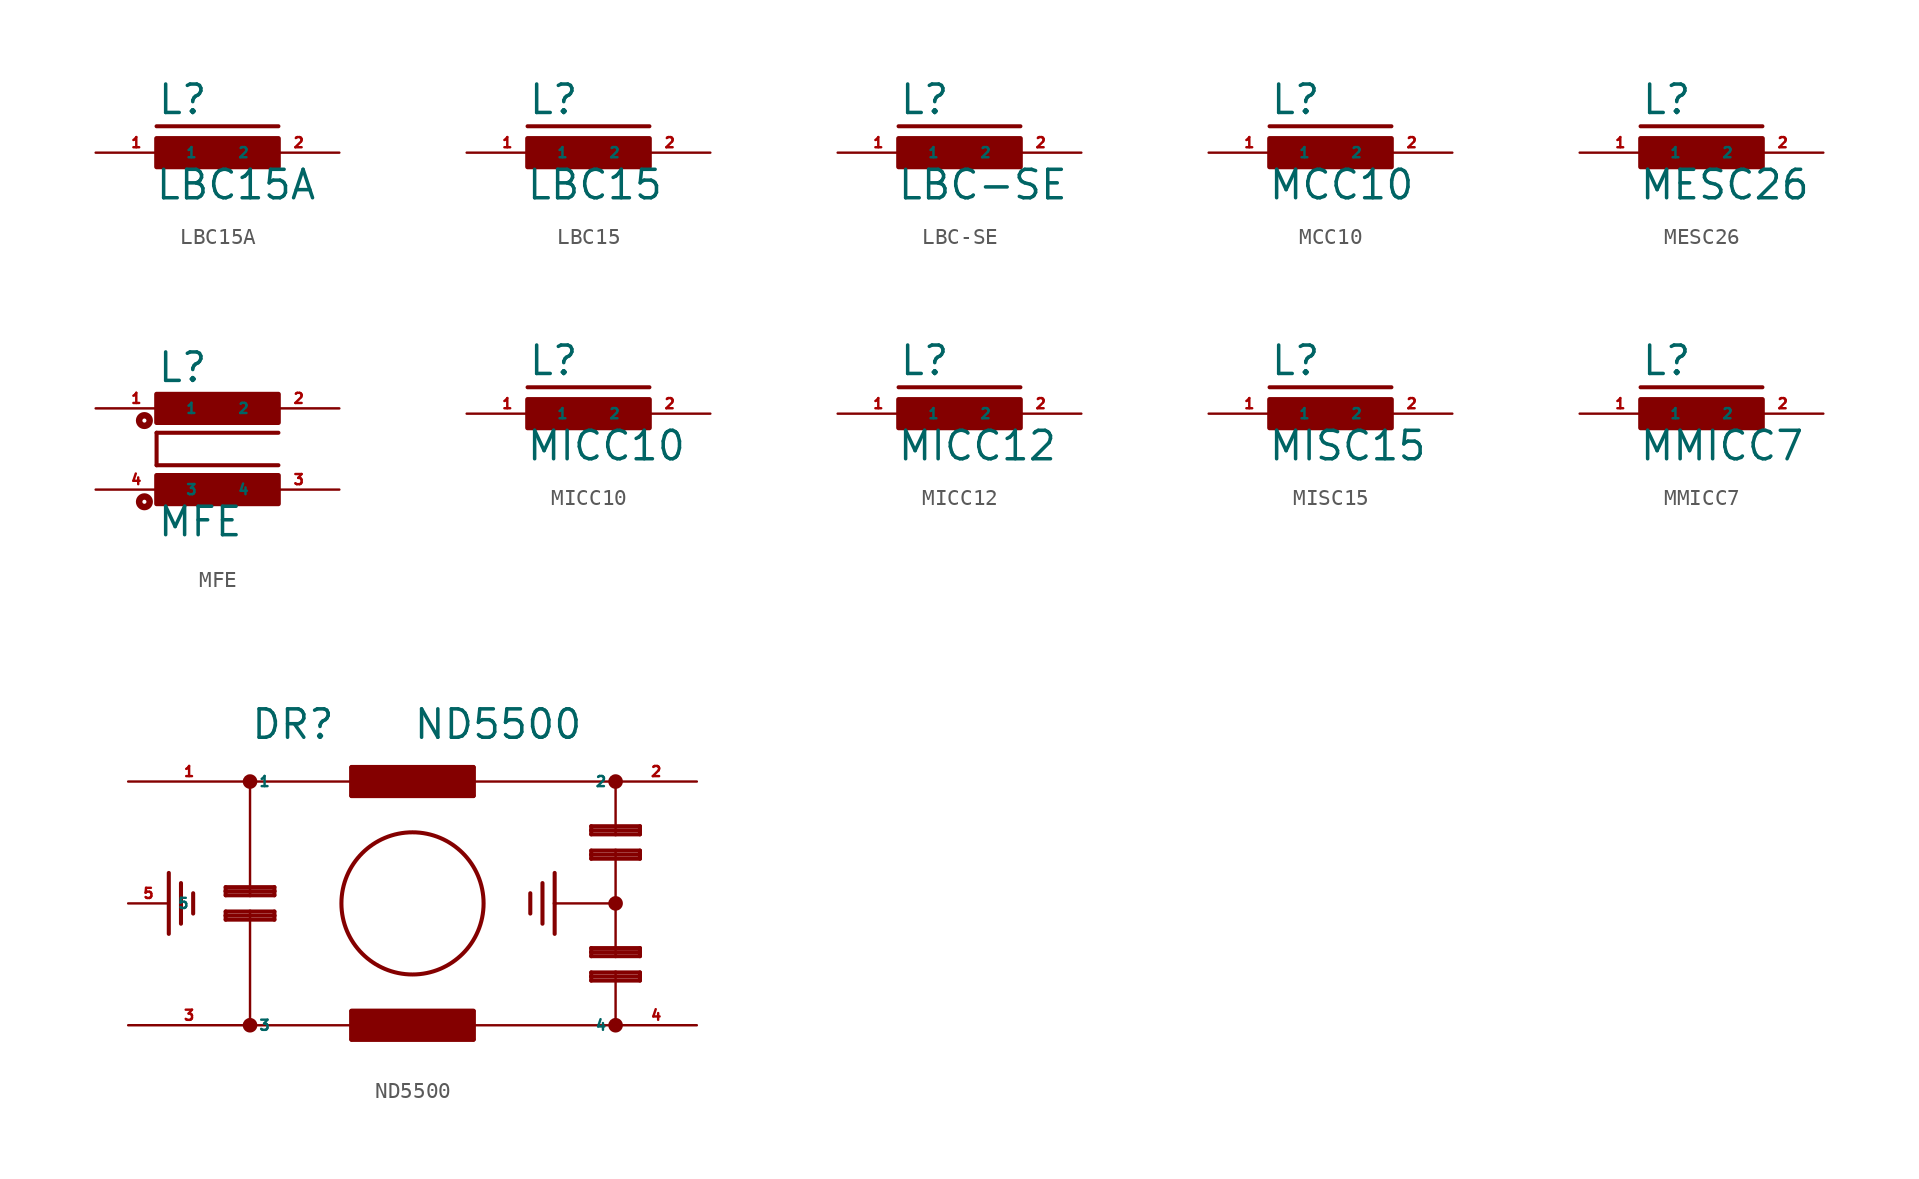
<source format=kicad_sym>
(kicad_symbol_lib
  (version 20220914)
  (generator kicad_symbol_editor)
  (symbol "LBC15A"
    (property "Reference" "L"
      (at -3.81 2.286 0)
      (effects (font (size 1.778 1.778) (thickness 0.22)) (justify left bottom)))
    (property "Value" "LBC15A"
      (at -3.937 -3.048 0)
      (effects (font (size 1.778 1.778) (thickness 0.22)) (justify left bottom)))
    (symbol "LBC15A_1_1"
      (rectangle (start -3.81 -0.889) (end 3.81 0.889) (stroke (width 0.3) (type default)) (fill (type outline)))
      (polyline (pts (xy -3.81 1.651) (xy 3.81 1.651)) (stroke (width 0.254) (type default)) (fill (type none)))
      (pin passive line (at -7.62 0 0) (length 5.08) (name "1" (effects (font (size 0.635 0.635)))) (number "1" (effects (font (size 0.635 0.635)))))
      (pin passive line (at 7.62 0 180) (length 5.08) (name "2" (effects (font (size 0.635 0.635)))) (number "2" (effects (font (size 0.635 0.635)))))))
  (symbol "LBC15"
    (property "Reference" "L"
      (at -3.81 2.286 0)
      (effects (font (size 1.778 1.778) (thickness 0.22)) (justify left bottom)))
    (property "Value" "LBC15"
      (at -3.937 -3.048 0)
      (effects (font (size 1.778 1.778) (thickness 0.22)) (justify left bottom)))
    (symbol "LBC15_1_1"
      (rectangle (start -3.81 -0.889) (end 3.81 0.889) (stroke (width 0.3) (type default)) (fill (type outline)))
      (polyline (pts (xy -3.81 1.651) (xy 3.81 1.651)) (stroke (width 0.254) (type default)) (fill (type none)))
      (pin passive line (at -7.62 0 0) (length 5.08) (name "1" (effects (font (size 0.635 0.635)))) (number "1" (effects (font (size 0.635 0.635)))))
      (pin passive line (at 7.62 0 180) (length 5.08) (name "2" (effects (font (size 0.635 0.635)))) (number "2" (effects (font (size 0.635 0.635)))))))
  (symbol "LBC-SE"
    (property "Reference" "L"
      (at -3.81 2.286 0)
      (effects (font (size 1.778 1.778) (thickness 0.22)) (justify left bottom)))
    (property "Value" "LBC-SE"
      (at -3.937 -3.048 0)
      (effects (font (size 1.778 1.778) (thickness 0.22)) (justify left bottom)))
    (symbol "LBC-SE_1_1"
      (rectangle (start -3.81 -0.889) (end 3.81 0.889) (stroke (width 0.3) (type default)) (fill (type outline)))
      (polyline (pts (xy -3.81 1.651) (xy 3.81 1.651)) (stroke (width 0.254) (type default)) (fill (type none)))
      (pin passive line (at -7.62 0 0) (length 5.08) (name "1" (effects (font (size 0.635 0.635)))) (number "1" (effects (font (size 0.635 0.635)))))
      (pin passive line (at 7.62 0 180) (length 5.08) (name "2" (effects (font (size 0.635 0.635)))) (number "2" (effects (font (size 0.635 0.635)))))))
  (symbol "MCC10"
    (property "Reference" "L"
      (at -3.81 2.286 0)
      (effects (font (size 1.778 1.778) (thickness 0.22)) (justify left bottom)))
    (property "Value" "MCC10"
      (at -3.937 -3.048 0)
      (effects (font (size 1.778 1.778) (thickness 0.22)) (justify left bottom)))
    (symbol "MCC10_1_1"
      (rectangle (start -3.81 -0.889) (end 3.81 0.889) (stroke (width 0.3) (type default)) (fill (type outline)))
      (polyline (pts (xy -3.81 1.651) (xy 3.81 1.651)) (stroke (width 0.254) (type default)) (fill (type none)))
      (pin passive line (at -7.62 0 0) (length 5.08) (name "1" (effects (font (size 0.635 0.635)))) (number "1" (effects (font (size 0.635 0.635)))))
      (pin passive line (at 7.62 0 180) (length 5.08) (name "2" (effects (font (size 0.635 0.635)))) (number "2" (effects (font (size 0.635 0.635)))))))
  (symbol "MESC26"
    (property "Reference" "L"
      (at -3.81 2.286 0)
      (effects (font (size 1.778 1.778) (thickness 0.22)) (justify left bottom)))
    (property "Value" "MESC26"
      (at -3.937 -3.048 0)
      (effects (font (size 1.778 1.778) (thickness 0.22)) (justify left bottom)))
    (symbol "MESC26_1_1"
      (rectangle (start -3.81 -0.889) (end 3.81 0.889) (stroke (width 0.3) (type default)) (fill (type outline)))
      (polyline (pts (xy -3.81 1.651) (xy 3.81 1.651)) (stroke (width 0.254) (type default)) (fill (type none)))
      (pin passive line (at -7.62 0 0) (length 5.08) (name "1" (effects (font (size 0.635 0.635)))) (number "1" (effects (font (size 0.635 0.635)))))
      (pin passive line (at 7.62 0 180) (length 5.08) (name "2" (effects (font (size 0.635 0.635)))) (number "2" (effects (font (size 0.635 0.635)))))))
  (symbol "MFE"
    (property "Reference" "L"
      (at -3.81 4.064 0)
      (effects (font (size 1.778 1.778) (thickness 0.22)) (justify left bottom)))
    (property "Value" "MFE"
      (at -3.81 -5.588 0)
      (effects (font (size 1.778 1.778) (thickness 0.22)) (justify left bottom)))
    (symbol "MFE_1_1"
      (circle (center -4.572 -3.302) (radius 0.127) (stroke (width 0.406) (type default)) (fill (type none)))
      (circle (center -4.572 1.778) (radius 0.127) (stroke (width 0.406) (type default)) (fill (type none)))
      (rectangle (start -3.81 -3.429) (end 3.81 -1.651) (stroke (width 0.3) (type default)) (fill (type outline)))
      (rectangle (start -3.81 1.651) (end 3.81 3.429) (stroke (width 0.3) (type default)) (fill (type outline)))
      (polyline (pts (xy -3.81 -1.016) (xy -3.81 1.016)) (stroke (width 0.254) (type default)) (fill (type none)))
      (polyline (pts (xy -3.81 -1.016) (xy 3.81 -1.016)) (stroke (width 0.254) (type default)) (fill (type none)))
      (polyline (pts (xy 3.81 1.016) (xy -3.81 1.016)) (stroke (width 0.254) (type default)) (fill (type none)))
      (pin passive line (at -7.62 2.54 0) (length 5.08) (name "1" (effects (font (size 0.635 0.635)))) (number "1" (effects (font (size 0.635 0.635)))))
      (pin passive line (at 7.62 2.54 180) (length 5.08) (name "2" (effects (font (size 0.635 0.635)))) (number "2" (effects (font (size 0.635 0.635)))))
      (pin passive line (at 7.62 -2.54 180) (length 5.08) (name "4" (effects (font (size 0.635 0.635)))) (number "3" (effects (font (size 0.635 0.635)))))
      (pin passive line (at -7.62 -2.54 0) (length 5.08) (name "3" (effects (font (size 0.635 0.635)))) (number "4" (effects (font (size 0.635 0.635)))))))
  (symbol "MICC10"
    (property "Reference" "L"
      (at -3.81 2.286 0)
      (effects (font (size 1.778 1.778) (thickness 0.22)) (justify left bottom)))
    (property "Value" "MICC10"
      (at -3.937 -3.048 0)
      (effects (font (size 1.778 1.778) (thickness 0.22)) (justify left bottom)))
    (symbol "MICC10_1_1"
      (rectangle (start -3.81 -0.889) (end 3.81 0.889) (stroke (width 0.3) (type default)) (fill (type outline)))
      (polyline (pts (xy -3.81 1.651) (xy 3.81 1.651)) (stroke (width 0.254) (type default)) (fill (type none)))
      (pin passive line (at -7.62 0 0) (length 5.08) (name "1" (effects (font (size 0.635 0.635)))) (number "1" (effects (font (size 0.635 0.635)))))
      (pin passive line (at 7.62 0 180) (length 5.08) (name "2" (effects (font (size 0.635 0.635)))) (number "2" (effects (font (size 0.635 0.635)))))))
  (symbol "MICC12"
    (property "Reference" "L"
      (at -3.81 2.286 0)
      (effects (font (size 1.778 1.778) (thickness 0.22)) (justify left bottom)))
    (property "Value" "MICC12"
      (at -3.937 -3.048 0)
      (effects (font (size 1.778 1.778) (thickness 0.22)) (justify left bottom)))
    (symbol "MICC12_1_1"
      (rectangle (start -3.81 -0.889) (end 3.81 0.889) (stroke (width 0.3) (type default)) (fill (type outline)))
      (polyline (pts (xy -3.81 1.651) (xy 3.81 1.651)) (stroke (width 0.254) (type default)) (fill (type none)))
      (pin passive line (at -7.62 0 0) (length 5.08) (name "1" (effects (font (size 0.635 0.635)))) (number "1" (effects (font (size 0.635 0.635)))))
      (pin passive line (at 7.62 0 180) (length 5.08) (name "2" (effects (font (size 0.635 0.635)))) (number "2" (effects (font (size 0.635 0.635)))))))
  (symbol "MISC15"
    (property "Reference" "L"
      (at -3.81 2.286 0)
      (effects (font (size 1.778 1.778) (thickness 0.22)) (justify left bottom)))
    (property "Value" "MISC15"
      (at -3.937 -3.048 0)
      (effects (font (size 1.778 1.778) (thickness 0.22)) (justify left bottom)))
    (symbol "MISC15_1_1"
      (rectangle (start -3.81 -0.889) (end 3.81 0.889) (stroke (width 0.3) (type default)) (fill (type outline)))
      (polyline (pts (xy -3.81 1.651) (xy 3.81 1.651)) (stroke (width 0.254) (type default)) (fill (type none)))
      (pin passive line (at -7.62 0 0) (length 5.08) (name "1" (effects (font (size 0.635 0.635)))) (number "1" (effects (font (size 0.635 0.635)))))
      (pin passive line (at 7.62 0 180) (length 5.08) (name "2" (effects (font (size 0.635 0.635)))) (number "2" (effects (font (size 0.635 0.635)))))))
  (symbol "MMICC7"
    (property "Reference" "L"
      (at -3.81 2.286 0)
      (effects (font (size 1.778 1.778) (thickness 0.22)) (justify left bottom)))
    (property "Value" "MMICC7"
      (at -3.937 -3.048 0)
      (effects (font (size 1.778 1.778) (thickness 0.22)) (justify left bottom)))
    (symbol "MMICC7_1_1"
      (rectangle (start -3.81 -0.889) (end 3.81 0.889) (stroke (width 0.3) (type default)) (fill (type outline)))
      (polyline (pts (xy -3.81 1.651) (xy 3.81 1.651)) (stroke (width 0.254) (type default)) (fill (type none)))
      (pin passive line (at -7.62 0 0) (length 5.08) (name "1" (effects (font (size 0.635 0.635)))) (number "1" (effects (font (size 0.635 0.635)))))
      (pin passive line (at 7.62 0 180) (length 5.08) (name "2" (effects (font (size 0.635 0.635)))) (number "2" (effects (font (size 0.635 0.635)))))))
  (symbol "ND5500"
    (property "Reference" "DR"
      (at -7.62 10.16 0)
      (effects (font (size 1.778 1.778) (thickness 0.22)) (justify left bottom)))
    (property "Value" "ND5500"
      (at 2.54 10.16 0)
      (effects (font (size 1.778 1.778) (thickness 0.22)) (justify left bottom)))
    (symbol "ND5500_1_1"
      (circle (center -7.62 -7.62) (radius 0.254) (stroke (width 0.406) (type default)) (fill (type none)))
      (circle (center -7.62 7.62) (radius 0.254) (stroke (width 0.406) (type default)) (fill (type none)))
      (rectangle (start -1.27 -8.509) (end 6.35 -6.731) (stroke (width 0.3) (type default)) (fill (type outline)))
      (rectangle (start -1.27 6.731) (end 6.35 8.509) (stroke (width 0.3) (type default)) (fill (type outline)))
      (polyline (pts (xy -12.7 -1.905) (xy -12.7 1.905)) (stroke (width 0.254) (type default)) (fill (type none)))
      (polyline (pts (xy -11.938 -1.27) (xy -11.938 1.27)) (stroke (width 0.254) (type default)) (fill (type none)))
      (polyline (pts (xy -11.176 -0.635) (xy -11.176 0.635)) (stroke (width 0.254) (type default)) (fill (type none)))
      (polyline (pts (xy -9.144 -1.016) (xy -6.096 -1.016)) (stroke (width 0.254) (type default)) (fill (type none)))
      (polyline (pts (xy -9.144 -0.762) (xy -9.144 -1.016)) (stroke (width 0.254) (type default)) (fill (type none)))
      (polyline (pts (xy -9.144 -0.508) (xy -9.144 -0.762)) (stroke (width 0.254) (type default)) (fill (type none)))
      (polyline (pts (xy -9.144 -0.508) (xy -7.62 -0.508)) (stroke (width 0.254) (type default)) (fill (type none)))
      (polyline (pts (xy -9.144 0.508) (xy -7.62 0.508)) (stroke (width 0.254) (type default)) (fill (type none)))
      (polyline (pts (xy -9.144 0.762) (xy -9.144 0.508)) (stroke (width 0.254) (type default)) (fill (type none)))
      (polyline (pts (xy -9.144 0.762) (xy -6.096 0.762)) (stroke (width 0.254) (type default)) (fill (type none)))
      (polyline (pts (xy -9.144 1.016) (xy -9.144 0.762)) (stroke (width 0.254) (type default)) (fill (type none)))
      (polyline (pts (xy -7.62 -7.62) (xy -1.27 -7.62)) (stroke (width 0.152) (type default)) (fill (type none)))
      (polyline (pts (xy -7.62 -0.508) (xy -7.62 -7.62)) (stroke (width 0.152) (type default)) (fill (type none)))
      (polyline (pts (xy -7.62 -0.508) (xy -6.096 -0.508)) (stroke (width 0.254) (type default)) (fill (type none)))
      (polyline (pts (xy -7.62 0.508) (xy -7.62 7.62)) (stroke (width 0.152) (type default)) (fill (type none)))
      (polyline (pts (xy -7.62 0.508) (xy -6.096 0.508)) (stroke (width 0.254) (type default)) (fill (type none)))
      (polyline (pts (xy -7.62 7.62) (xy -1.27 7.62)) (stroke (width 0.152) (type default)) (fill (type none)))
      (polyline (pts (xy -6.096 -1.016) (xy -6.096 -0.762)) (stroke (width 0.254) (type default)) (fill (type none)))
      (polyline (pts (xy -6.096 -0.762) (xy -9.144 -0.762)) (stroke (width 0.254) (type default)) (fill (type none)))
      (polyline (pts (xy -6.096 -0.762) (xy -6.096 -0.508)) (stroke (width 0.254) (type default)) (fill (type none)))
      (polyline (pts (xy -6.096 0.508) (xy -6.096 0.762)) (stroke (width 0.254) (type default)) (fill (type none)))
      (polyline (pts (xy -6.096 0.762) (xy -6.096 1.016)) (stroke (width 0.254) (type default)) (fill (type none)))
      (polyline (pts (xy -6.096 1.016) (xy -9.144 1.016)) (stroke (width 0.254) (type default)) (fill (type none)))
      (polyline (pts (xy -1.27 -8.509) (xy -1.27 -7.62)) (stroke (width 0.254) (type default)) (fill (type none)))
      (polyline (pts (xy -1.27 -8.509) (xy 6.35 -8.509)) (stroke (width 0.254) (type default)) (fill (type none)))
      (polyline (pts (xy -1.27 -7.62) (xy -1.27 -6.731)) (stroke (width 0.254) (type default)) (fill (type none)))
      (polyline (pts (xy -1.27 -7.62) (xy 6.35 -7.62)) (stroke (width 0.152) (type default)) (fill (type none)))
      (polyline (pts (xy -1.27 6.731) (xy -1.27 7.62)) (stroke (width 0.254) (type default)) (fill (type none)))
      (polyline (pts (xy -1.27 6.731) (xy 6.35 6.731)) (stroke (width 0.254) (type default)) (fill (type none)))
      (polyline (pts (xy -1.27 7.62) (xy -1.27 8.509)) (stroke (width 0.254) (type default)) (fill (type none)))
      (polyline (pts (xy -1.27 7.62) (xy 6.35 7.62)) (stroke (width 0.152) (type default)) (fill (type none)))
      (polyline (pts (xy 6.35 -8.509) (xy 6.35 -7.62)) (stroke (width 0.254) (type default)) (fill (type none)))
      (polyline (pts (xy 6.35 -7.62) (xy 6.35 -6.731)) (stroke (width 0.254) (type default)) (fill (type none)))
      (polyline (pts (xy 6.35 -7.62) (xy 15.24 -7.62)) (stroke (width 0.152) (type default)) (fill (type none)))
      (polyline (pts (xy 6.35 -6.731) (xy -1.27 -6.731)) (stroke (width 0.254) (type default)) (fill (type none)))
      (polyline (pts (xy 6.35 6.731) (xy 6.35 7.62)) (stroke (width 0.254) (type default)) (fill (type none)))
      (polyline (pts (xy 6.35 7.62) (xy 6.35 8.509)) (stroke (width 0.254) (type default)) (fill (type none)))
      (polyline (pts (xy 6.35 7.62) (xy 15.24 7.62)) (stroke (width 0.152) (type default)) (fill (type none)))
      (polyline (pts (xy 6.35 8.509) (xy -1.27 8.509)) (stroke (width 0.254) (type default)) (fill (type none)))
      (polyline (pts (xy 9.906 0.635) (xy 9.906 -0.635)) (stroke (width 0.254) (type default)) (fill (type none)))
      (polyline (pts (xy 10.668 1.27) (xy 10.668 -1.27)) (stroke (width 0.254) (type default)) (fill (type none)))
      (polyline (pts (xy 11.43 0) (xy 11.43 -1.905)) (stroke (width 0.254) (type default)) (fill (type none)))
      (polyline (pts (xy 11.43 1.905) (xy 11.43 0)) (stroke (width 0.254) (type default)) (fill (type none)))
      (polyline (pts (xy 13.716 -4.826) (xy 16.764 -4.826)) (stroke (width 0.254) (type default)) (fill (type none)))
      (polyline (pts (xy 13.716 -4.572) (xy 13.716 -4.826)) (stroke (width 0.254) (type default)) (fill (type none)))
      (polyline (pts (xy 13.716 -4.318) (xy 13.716 -4.572)) (stroke (width 0.254) (type default)) (fill (type none)))
      (polyline (pts (xy 13.716 -4.318) (xy 15.24 -4.318)) (stroke (width 0.254) (type default)) (fill (type none)))
      (polyline (pts (xy 13.716 -3.302) (xy 15.24 -3.302)) (stroke (width 0.254) (type default)) (fill (type none)))
      (polyline (pts (xy 13.716 -3.048) (xy 13.716 -3.302)) (stroke (width 0.254) (type default)) (fill (type none)))
      (polyline (pts (xy 13.716 -3.048) (xy 16.764 -3.048)) (stroke (width 0.254) (type default)) (fill (type none)))
      (polyline (pts (xy 13.716 -2.794) (xy 13.716 -3.048)) (stroke (width 0.254) (type default)) (fill (type none)))
      (polyline (pts (xy 13.716 2.794) (xy 16.764 2.794)) (stroke (width 0.254) (type default)) (fill (type none)))
      (polyline (pts (xy 13.716 3.048) (xy 13.716 2.794)) (stroke (width 0.254) (type default)) (fill (type none)))
      (polyline (pts (xy 13.716 3.302) (xy 13.716 3.048)) (stroke (width 0.254) (type default)) (fill (type none)))
      (polyline (pts (xy 13.716 3.302) (xy 15.24 3.302)) (stroke (width 0.254) (type default)) (fill (type none)))
      (polyline (pts (xy 13.716 4.318) (xy 15.24 4.318)) (stroke (width 0.254) (type default)) (fill (type none)))
      (polyline (pts (xy 13.716 4.572) (xy 13.716 4.318)) (stroke (width 0.254) (type default)) (fill (type none)))
      (polyline (pts (xy 13.716 4.572) (xy 16.764 4.572)) (stroke (width 0.254) (type default)) (fill (type none)))
      (polyline (pts (xy 13.716 4.826) (xy 13.716 4.572)) (stroke (width 0.254) (type default)) (fill (type none)))
      (polyline (pts (xy 15.24 -4.318) (xy 15.24 -7.62)) (stroke (width 0.152) (type default)) (fill (type none)))
      (polyline (pts (xy 15.24 -4.318) (xy 16.764 -4.318)) (stroke (width 0.254) (type default)) (fill (type none)))
      (polyline (pts (xy 15.24 -3.302) (xy 15.24 0)) (stroke (width 0.152) (type default)) (fill (type none)))
      (polyline (pts (xy 15.24 -3.302) (xy 16.764 -3.302)) (stroke (width 0.254) (type default)) (fill (type none)))
      (polyline (pts (xy 15.24 0) (xy 11.43 0)) (stroke (width 0.152) (type default)) (fill (type none)))
      (polyline (pts (xy 15.24 0) (xy 15.24 3.302)) (stroke (width 0.152) (type default)) (fill (type none)))
      (polyline (pts (xy 15.24 3.302) (xy 16.764 3.302)) (stroke (width 0.254) (type default)) (fill (type none)))
      (polyline (pts (xy 15.24 4.318) (xy 15.24 7.62)) (stroke (width 0.152) (type default)) (fill (type none)))
      (polyline (pts (xy 15.24 4.318) (xy 16.764 4.318)) (stroke (width 0.254) (type default)) (fill (type none)))
      (polyline (pts (xy 16.764 -4.826) (xy 16.764 -4.572)) (stroke (width 0.254) (type default)) (fill (type none)))
      (polyline (pts (xy 16.764 -4.572) (xy 13.716 -4.572)) (stroke (width 0.254) (type default)) (fill (type none)))
      (polyline (pts (xy 16.764 -4.572) (xy 16.764 -4.318)) (stroke (width 0.254) (type default)) (fill (type none)))
      (polyline (pts (xy 16.764 -3.302) (xy 16.764 -3.048)) (stroke (width 0.254) (type default)) (fill (type none)))
      (polyline (pts (xy 16.764 -3.048) (xy 16.764 -2.794)) (stroke (width 0.254) (type default)) (fill (type none)))
      (polyline (pts (xy 16.764 -2.794) (xy 13.716 -2.794)) (stroke (width 0.254) (type default)) (fill (type none)))
      (polyline (pts (xy 16.764 2.794) (xy 16.764 3.048)) (stroke (width 0.254) (type default)) (fill (type none)))
      (polyline (pts (xy 16.764 3.048) (xy 13.716 3.048)) (stroke (width 0.254) (type default)) (fill (type none)))
      (polyline (pts (xy 16.764 3.048) (xy 16.764 3.302)) (stroke (width 0.254) (type default)) (fill (type none)))
      (polyline (pts (xy 16.764 4.318) (xy 16.764 4.572)) (stroke (width 0.254) (type default)) (fill (type none)))
      (polyline (pts (xy 16.764 4.572) (xy 16.764 4.826)) (stroke (width 0.254) (type default)) (fill (type none)))
      (polyline (pts (xy 16.764 4.826) (xy 13.716 4.826)) (stroke (width 0.254) (type default)) (fill (type none)))
      (circle (center 2.54 0) (radius 4.445) (stroke (width 0.254) (type default)) (fill (type none)))
      (circle (center 15.24 -7.62) (radius 0.254) (stroke (width 0.406) (type default)) (fill (type none)))
      (circle (center 15.24 0) (radius 0.254) (stroke (width 0.406) (type default)) (fill (type none)))
      (circle (center 15.24 7.62) (radius 0.254) (stroke (width 0.406) (type default)) (fill (type none)))
      (pin passive line (at -15.24 7.62 0) (length 7.62) (name "1" (effects (font (size 0.635 0.635)))) (number "1" (effects (font (size 0.635 0.635)))))
      (pin passive line (at 20.32 7.62 180) (length 5.08) (name "2" (effects (font (size 0.635 0.635)))) (number "2" (effects (font (size 0.635 0.635)))))
      (pin passive line (at -15.24 -7.62 0) (length 7.62) (name "3" (effects (font (size 0.635 0.635)))) (number "3" (effects (font (size 0.635 0.635)))))
      (pin passive line (at 20.32 -7.62 180) (length 5.08) (name "4" (effects (font (size 0.635 0.635)))) (number "4" (effects (font (size 0.635 0.635)))))
      (pin passive line (at -15.24 0 0) (length 2.54) (name "5" (effects (font (size 0.635 0.635)))) (number "5" (effects (font (size 0.635 0.635))))))))
</source>
